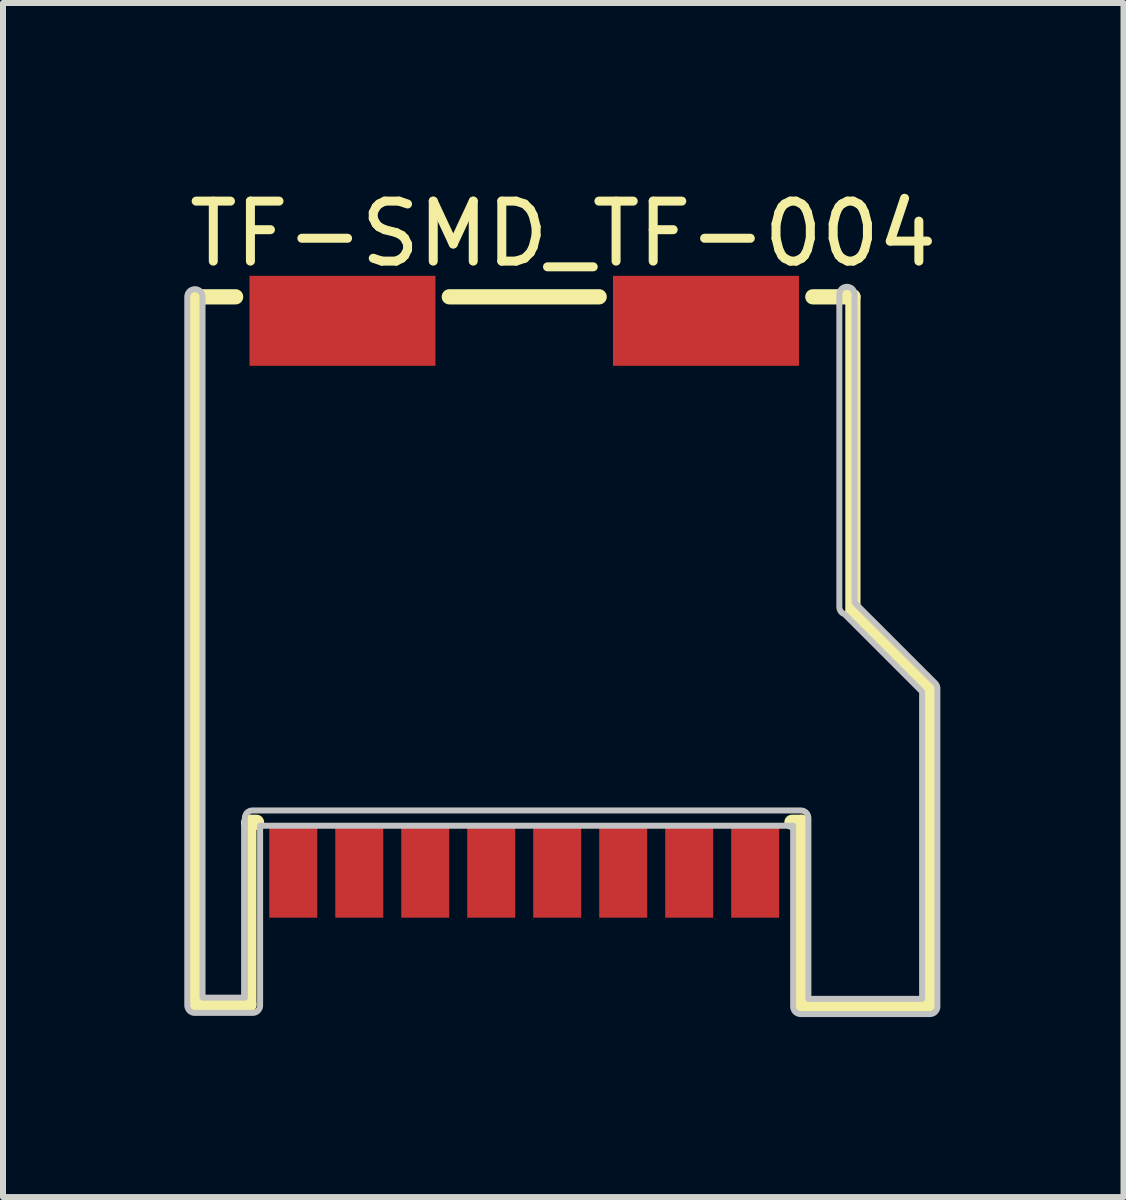
<source format=kicad_pcb>
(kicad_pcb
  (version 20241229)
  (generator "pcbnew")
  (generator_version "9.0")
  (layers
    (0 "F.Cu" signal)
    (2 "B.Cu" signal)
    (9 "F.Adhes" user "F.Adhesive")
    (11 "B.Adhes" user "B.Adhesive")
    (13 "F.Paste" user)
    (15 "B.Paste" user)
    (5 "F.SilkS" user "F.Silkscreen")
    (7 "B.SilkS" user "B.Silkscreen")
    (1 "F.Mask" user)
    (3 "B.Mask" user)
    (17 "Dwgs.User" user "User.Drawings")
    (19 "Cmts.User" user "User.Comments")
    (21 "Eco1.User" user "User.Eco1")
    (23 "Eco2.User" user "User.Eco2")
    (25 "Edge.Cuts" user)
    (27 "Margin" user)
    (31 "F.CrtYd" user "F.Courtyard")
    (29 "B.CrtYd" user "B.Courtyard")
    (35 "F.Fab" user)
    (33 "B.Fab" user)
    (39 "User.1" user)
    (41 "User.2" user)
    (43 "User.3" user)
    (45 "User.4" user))
  (footprint "TF-SMD_TF-004"
    (layer "F.Cu")
    (at 5.689 6.898)
    (property "Reference" "TF-SMD_TF-004" (at 0.65 -6.05 0) (layer "F.SilkS") (effects (font (size 1 1) (thickness 0.15))))
    (fp_line (start -5.45 -5) (end -5.45 6.8) (stroke (width 0.254) (type default)) (layer "F.SilkS"))
    (fp_line (start -5.45 -5) (end -4.811 -5) (stroke (width 0.254) (type default)) (layer "F.SilkS"))
    (fp_line (start -5.45 6.8) (end -4.59 6.8) (stroke (width 0.254) (type default)) (layer "F.SilkS"))
    (fp_line (start -4.59 3.76) (end -4.59 6.79) (stroke (width 0.254) (type default)) (layer "F.SilkS"))
    (fp_line (start -4.463 3.76) (end -4.59 3.76) (stroke (width 0.254) (type default)) (layer "F.SilkS"))
    (fp_line (start -1.249 -5) (end 1.249 -5) (stroke (width 0.254) (type default)) (layer "F.SilkS"))
    (fp_line (start 4.62 3.76) (end 4.463 3.76) (stroke (width 0.254) (type default)) (layer "F.SilkS"))
    (fp_line (start 4.62 6.8) (end 4.62 3.76) (stroke (width 0.254) (type default)) (layer "F.SilkS"))
    (fp_line (start 4.811 -5) (end 5.479 -5) (stroke (width 0.254) (type default)) (layer "F.SilkS"))
    (fp_line (start 5.479 -5) (end 5.479 0.279) (stroke (width 0.254) (type default)) (layer "F.SilkS"))
    (fp_line (start 5.479 0.279) (end 6.75 1.55) (stroke (width 0.254) (type default)) (layer "F.SilkS"))
    (fp_line (start 6.75 6.8) (end 4.62 6.8) (stroke (width 0.254) (type default)) (layer "F.SilkS"))
    (fp_line (start 6.75 6.8) (end 6.75 1.6) (stroke (width 0.254) (type default)) (layer "F.SilkS"))
    (fp_poly (pts (xy 5.38 -5.167) (xy 5.364 -5.166) (xy 5.347 -5.162) (xy 5.332 -5.157) (xy 5.316 -5.15) (xy 5.303 -5.141) (xy 5.29 -5.13) (xy 5.279 -5.117) (xy 5.27 -5.104) (xy 5.263 -5.088) (xy 5.258 -5.073) (xy 5.254 -5.056) (xy 5.253 -5.04) (xy 5.253 0.17) (xy 5.254 0.188) (xy 5.258 0.205) (xy 5.264 0.222) (xy 5.272 0.237) (xy 5.283 0.252) (xy 5.295 0.265) (xy 5.309 0.276) (xy 5.325 0.284) (xy 5.341 0.291) (xy 6.633 1.583) (xy 6.633 6.703) (xy 4.737 6.703) (xy 4.737 3.69) (xy 4.736 3.674) (xy 4.732 3.657) (xy 4.728 3.642) (xy 4.72 3.627) (xy 4.711 3.612) (xy 4.7 3.6) (xy 4.688 3.589) (xy 4.673 3.58) (xy 4.659 3.572) (xy 4.643 3.567) (xy 4.627 3.564) (xy 4.61 3.563) (xy -4.53 3.563) (xy -4.546 3.564) (xy -4.563 3.567) (xy -4.579 3.572) (xy -4.593 3.58) (xy -4.607 3.589) (xy -4.62 3.6) (xy -4.631 3.612) (xy -4.64 3.627) (xy -4.647 3.642) (xy -4.652 3.657) (xy -4.656 3.674) (xy -4.657 3.69) (xy -4.657 6.683) (xy -5.363 6.683) (xy -5.363 -5) (xy -5.364 -5.016) (xy -5.367 -5.033) (xy -5.372 -5.048) (xy -5.38 -5.064) (xy -5.389 -5.077) (xy -5.4 -5.09) (xy -5.412 -5.101) (xy -5.426 -5.11) (xy -5.441 -5.117) (xy -5.457 -5.122) (xy -5.473 -5.126) (xy -5.49 -5.127) (xy -5.506 -5.126) (xy -5.523 -5.122) (xy -5.538 -5.117) (xy -5.553 -5.11) (xy -5.567 -5.101) (xy -5.58 -5.09) (xy -5.59 -5.077) (xy -5.6 -5.064) (xy -5.607 -5.048) (xy -5.612 -5.033) (xy -5.616 -5.016) (xy -5.617 -5) (xy -5.617 6.81) (xy -5.616 6.827) (xy -5.612 6.843) (xy -5.607 6.859) (xy -5.6 6.873) (xy -5.59 6.888) (xy -5.58 6.9) (xy -5.567 6.911) (xy -5.553 6.92) (xy -5.538 6.928) (xy -5.523 6.933) (xy -5.506 6.936) (xy -5.49 6.937) (xy -4.53 6.937) (xy -4.513 6.936) (xy -4.497 6.933) (xy -4.481 6.928) (xy -4.466 6.92) (xy -4.452 6.911) (xy -4.44 6.9) (xy -4.429 6.888) (xy -4.42 6.873) (xy -4.412 6.859) (xy -4.407 6.843) (xy -4.404 6.827) (xy -4.403 6.81) (xy -4.403 3.817) (xy 4.483 3.817) (xy 4.483 6.83) (xy 4.484 6.846) (xy 4.487 6.863) (xy 4.492 6.878) (xy 4.5 6.894) (xy 4.509 6.907) (xy 4.52 6.92) (xy 4.532 6.931) (xy 4.546 6.94) (xy 4.561 6.947) (xy 4.577 6.952) (xy 4.593 6.956) (xy 4.61 6.957) (xy 6.76 6.957) (xy 6.777 6.956) (xy 6.793 6.952) (xy 6.809 6.947) (xy 6.824 6.94) (xy 6.838 6.931) (xy 6.85 6.92) (xy 6.861 6.907) (xy 6.87 6.894) (xy 6.878 6.878) (xy 6.883 6.863) (xy 6.886 6.846) (xy 6.887 6.83) (xy 6.887 1.53) (xy 6.886 1.514) (xy 6.883 1.497) (xy 6.878 1.482) (xy 6.87 1.466) (xy 6.861 1.452) (xy 6.85 1.44) (xy 5.507 0.098) (xy 5.507 -5.04) (xy 5.506 -5.056) (xy 5.503 -5.073) (xy 5.497 -5.088) (xy 5.49 -5.104) (xy 5.481 -5.117) (xy 5.47 -5.13) (xy 5.457 -5.141) (xy 5.444 -5.15) (xy 5.428 -5.157) (xy 5.413 -5.162) (xy 5.396 -5.166)) (stroke (width 0.1) (type default)) (fill no) (layer "Dwgs.User"))
    (fp_poly (pts (xy -4.03 -4.33) (xy -4.03 -5.03) (xy -2.03 -5.03) (xy -2.03 -4.33)) (stroke (width 0.1) (type default)) (fill no) (layer "User.1"))
    (fp_poly (pts (xy -4 3.62) (xy -3.7 3.62) (xy -3.7 5.12) (xy -4 5.12)) (stroke (width 0.1) (type default)) (fill no) (layer "User.1"))
    (fp_poly (pts (xy -2.9 3.62) (xy -2.6 3.62) (xy -2.6 5.12) (xy -2.9 5.12)) (stroke (width 0.1) (type default)) (fill no) (layer "User.1"))
    (fp_poly (pts (xy -1.8 3.62) (xy -1.5 3.62) (xy -1.5 5.12) (xy -1.8 5.12)) (stroke (width 0.1) (type default)) (fill no) (layer "User.1"))
    (fp_poly (pts (xy -0.7 3.62) (xy -0.4 3.62) (xy -0.4 5.12) (xy -0.7 5.12)) (stroke (width 0.1) (type default)) (fill no) (layer "User.1"))
    (fp_poly (pts (xy 0.4 3.62) (xy 0.7 3.62) (xy 0.7 5.12) (xy 0.4 5.12)) (stroke (width 0.1) (type default)) (fill no) (layer "User.1"))
    (fp_poly (pts (xy 1.5 3.62) (xy 1.8 3.62) (xy 1.8 5.12) (xy 1.5 5.12)) (stroke (width 0.1) (type default)) (fill no) (layer "User.1"))
    (fp_poly (pts (xy 2.03 -4.33) (xy 2.03 -5.03) (xy 4.03 -5.03) (xy 4.03 -4.33)) (stroke (width 0.1) (type default)) (fill no) (layer "User.1"))
    (fp_poly (pts (xy 2.6 3.62) (xy 2.9 3.62) (xy 2.9 5.12) (xy 2.6 5.12)) (stroke (width 0.1) (type default)) (fill no) (layer "User.1"))
    (fp_poly (pts (xy 3.7 3.62) (xy 4 3.62) (xy 4 5.12) (xy 3.7 5.12)) (stroke (width 0.1) (type default)) (fill no) (layer "User.1"))
    (fp_line (start -5.45 -5.02) (end -5.45 6.77) (stroke (width 0.051) (type default)) (layer "User.2"))
    (fp_line (start -5.45 6.77) (end -4.6 6.77) (stroke (width 0.051) (type default)) (layer "User.2"))
    (fp_line (start -4.6 4.08) (end -4.5 3.99) (stroke (width 0.051) (type default)) (layer "User.2"))
    (fp_line (start -4.6 6.77) (end -4.6 4.08) (stroke (width 0.051) (type default)) (layer "User.2"))
    (fp_line (start -4.5 3.78) (end 4.59 3.77) (stroke (width 0.051) (type default)) (layer "User.2"))
    (fp_line (start -4.5 3.99) (end -4.5 3.78) (stroke (width 0.051) (type default)) (layer "User.2"))
    (fp_line (start 4.59 3.77) (end 4.59 6.78) (stroke (width 0.051) (type default)) (layer "User.2"))
    (fp_line (start 4.59 6.78) (end 6.75 6.78) (stroke (width 0.051) (type default)) (layer "User.2"))
    (fp_line (start 5.45 -5.03) (end -5.45 -5.02) (stroke (width 0.051) (type default)) (layer "User.2"))
    (fp_line (start 5.45 0.02) (end 5.45 -5.03) (stroke (width 0.051) (type default)) (layer "User.2"))
    (fp_line (start 6.75 1.33) (end 5.45 0.02) (stroke (width 0.051) (type default)) (layer "User.2"))
    (fp_line (start 6.75 6.78) (end 6.75 1.33) (stroke (width 0.051) (type default)) (layer "User.2"))
    (fp_poly (pts (xy 6.81 6.78) (xy 6.792 6.738) (xy 6.75 6.72) (xy 6.708 6.738) (xy 6.69 6.78) (xy 6.708 6.822) (xy 6.75 6.84) (xy 6.792 6.822)) (stroke (width 0.1) (type default)) (fill no) (layer "User.3"))
    (pad "1" smd rect (at 3.85 4.6) (size 0.8 1.5) (layers "F.Cu" "F.Mask" "F.Paste"))
    (pad "2" smd rect (at 2.75 4.6) (size 0.8 1.5) (layers "F.Cu" "F.Mask" "F.Paste"))
    (pad "3" smd rect (at 1.65 4.6) (size 0.8 1.5) (layers "F.Cu" "F.Mask" "F.Paste"))
    (pad "4" smd rect (at 0.55 4.6) (size 0.8 1.5) (layers "F.Cu" "F.Mask" "F.Paste"))
    (pad "5" smd rect (at -0.55 4.6) (size 0.8 1.5) (layers "F.Cu" "F.Mask" "F.Paste"))
    (pad "6" smd rect (at -1.65 4.6) (size 0.8 1.5) (layers "F.Cu" "F.Mask" "F.Paste"))
    (pad "7" smd rect (at -2.75 4.6) (size 0.8 1.5) (layers "F.Cu" "F.Mask" "F.Paste"))
    (pad "8" smd rect (at -3.85 4.6) (size 0.8 1.5) (layers "F.Cu" "F.Mask" "F.Paste"))
    (pad "9" smd rect (at 3.03 -4.6 270) (size 1.5 3.1) (layers "F.Cu" "F.Mask" "F.Paste"))
    (pad "10" smd rect (at -3.03 -4.6 270) (size 1.5 3.1) (layers "F.Cu" "F.Mask" "F.Paste")))
  (gr_rect
    (start -3 -3)
    (end 15.679 16.905)
    (stroke (width 0.1) (type default))
    (fill no)
    (layer "Edge.Cuts")))
</source>
